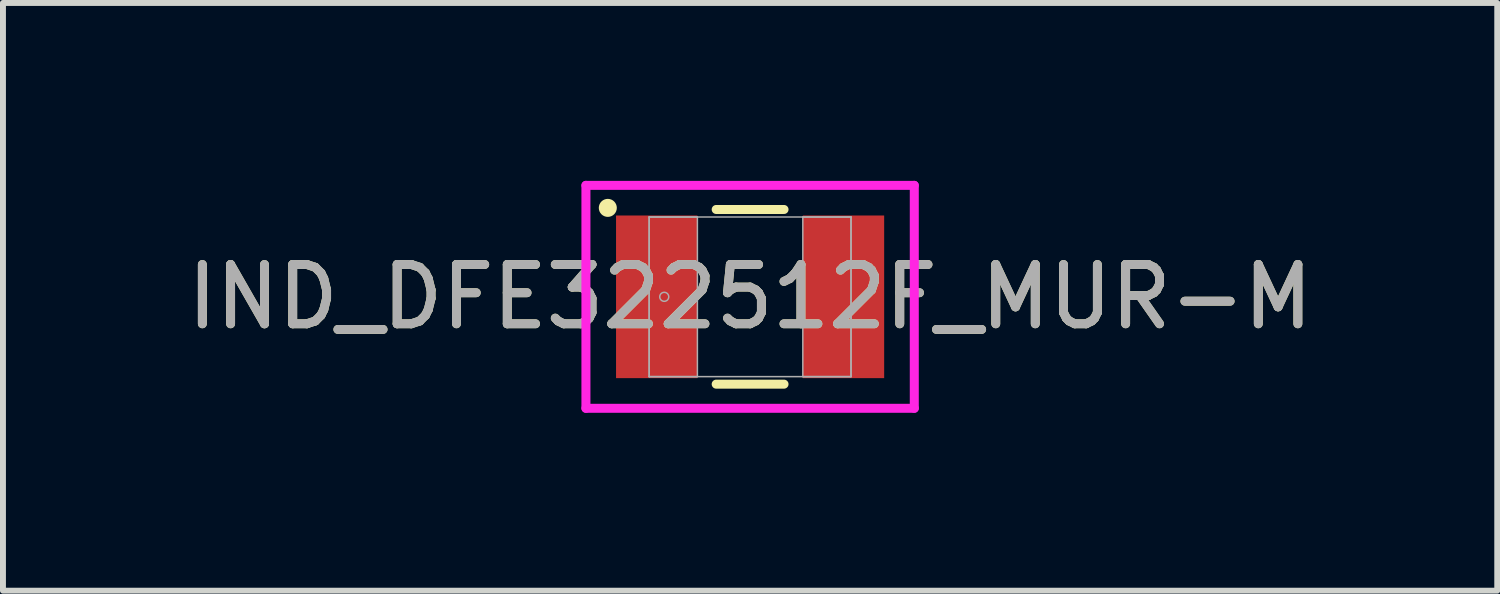
<source format=kicad_pcb>
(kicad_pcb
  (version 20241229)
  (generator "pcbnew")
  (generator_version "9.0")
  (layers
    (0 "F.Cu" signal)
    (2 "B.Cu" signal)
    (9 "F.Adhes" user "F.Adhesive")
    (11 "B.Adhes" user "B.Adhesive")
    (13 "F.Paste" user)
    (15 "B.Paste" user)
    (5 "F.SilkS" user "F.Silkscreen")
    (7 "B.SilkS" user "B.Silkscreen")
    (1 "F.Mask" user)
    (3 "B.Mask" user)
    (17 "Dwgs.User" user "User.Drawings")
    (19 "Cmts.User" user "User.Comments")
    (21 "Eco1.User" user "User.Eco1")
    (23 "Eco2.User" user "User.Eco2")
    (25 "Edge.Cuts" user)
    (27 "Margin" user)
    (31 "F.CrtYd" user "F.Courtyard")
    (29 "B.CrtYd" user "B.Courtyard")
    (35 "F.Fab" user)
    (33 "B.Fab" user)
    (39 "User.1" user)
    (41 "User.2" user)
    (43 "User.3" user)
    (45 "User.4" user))
  (footprint "IND_DFE322512F_MUR-M"
    (layer "F.Cu")
    (at 9.601 1.956)
    (property "Reference" "IND_DFE322512F_MUR-M" (at 0 0 0) (unlocked yes) (layer "F.SilkS") (effects (font (size 1 1) (thickness 0.15))))
    (attr smd)
    (fp_line (start -0.572 1.473) (end 0.572 1.473) (stroke (width 0.152) (type solid)) (layer "F.SilkS"))
    (fp_line (start 0.572 -1.473) (end -0.572 -1.473) (stroke (width 0.152) (type solid)) (layer "F.SilkS"))
    (fp_circle (center -2.4 -1.5) (end -2.324 -1.5) (stroke (width 0.152) (type solid)) (fill no) (layer "F.SilkS"))
    (fp_line (start -2.769 -1.88) (end 2.769 -1.88) (stroke (width 0.152) (type solid)) (layer "F.CrtYd"))
    (fp_line (start -2.769 1.88) (end -2.769 -1.88) (stroke (width 0.152) (type solid)) (layer "F.CrtYd"))
    (fp_line (start 2.769 -1.88) (end 2.769 1.88) (stroke (width 0.152) (type solid)) (layer "F.CrtYd"))
    (fp_line (start 2.769 1.88) (end -2.769 1.88) (stroke (width 0.152) (type solid)) (layer "F.CrtYd"))
    (fp_line (start -1.702 -1.346) (end -1.702 1.346) (stroke (width 0.025) (type solid)) (layer "F.Fab"))
    (fp_line (start -1.702 -1.346) (end -1.702 1.346) (stroke (width 0.025) (type solid)) (layer "F.Fab"))
    (fp_line (start -1.702 1.346) (end -0.889 1.346) (stroke (width 0.025) (type solid)) (layer "F.Fab"))
    (fp_line (start -1.702 1.346) (end 1.702 1.346) (stroke (width 0.025) (type solid)) (layer "F.Fab"))
    (fp_line (start -0.889 -1.346) (end -1.702 -1.346) (stroke (width 0.025) (type solid)) (layer "F.Fab"))
    (fp_line (start -0.889 1.346) (end -0.889 -1.346) (stroke (width 0.025) (type solid)) (layer "F.Fab"))
    (fp_line (start 0.889 -1.346) (end 0.889 1.346) (stroke (width 0.025) (type solid)) (layer "F.Fab"))
    (fp_line (start 0.889 1.346) (end 1.702 1.346) (stroke (width 0.025) (type solid)) (layer "F.Fab"))
    (fp_line (start 1.702 -1.346) (end -1.702 -1.346) (stroke (width 0.025) (type solid)) (layer "F.Fab"))
    (fp_line (start 1.702 -1.346) (end 0.889 -1.346) (stroke (width 0.025) (type solid)) (layer "F.Fab"))
    (fp_line (start 1.702 1.346) (end 1.702 -1.346) (stroke (width 0.025) (type solid)) (layer "F.Fab"))
    (fp_line (start 1.702 1.346) (end 1.702 -1.346) (stroke (width 0.025) (type solid)) (layer "F.Fab"))
    (fp_circle (center -1.448 0) (end -1.372 0) (stroke (width 0.025) (type solid)) (fill no) (layer "F.Fab"))
    (fp_text user "${REFERENCE}" (at 0 0 0) (unlocked yes) (layer "F.Fab") (effects (font (size 1 1) (thickness 0.15))))
    (pad "1" smd rect (at -1.575 0) (size 1.372 2.743) (layers "F.Cu" "F.Mask" "F.Paste"))
    (pad "2" smd rect (at 1.575 0) (size 1.372 2.743) (layers "F.Cu" "F.Mask" "F.Paste"))
    (zone (net_name "") (layer "F.Cu") (hatch full 0.508) (connect_pads) (min_thickness 0.254) (filled_areas_thickness no) (keepout (tracks not_allowed) (vias not_allowed) (pads allowed) (copperpour not_allowed) (footprints allowed)) (placement (enabled no)) (fill) (polygon (pts (xy 8.763 0.66) (xy 10.439 0.66) (xy 10.439 3.251) (xy 8.763 3.251)))))
  (gr_rect
    (start -3 -3)
    (end 22.202 6.912)
    (stroke (width 0.1) (type default))
    (fill no)
    (layer "Edge.Cuts")))
</source>
